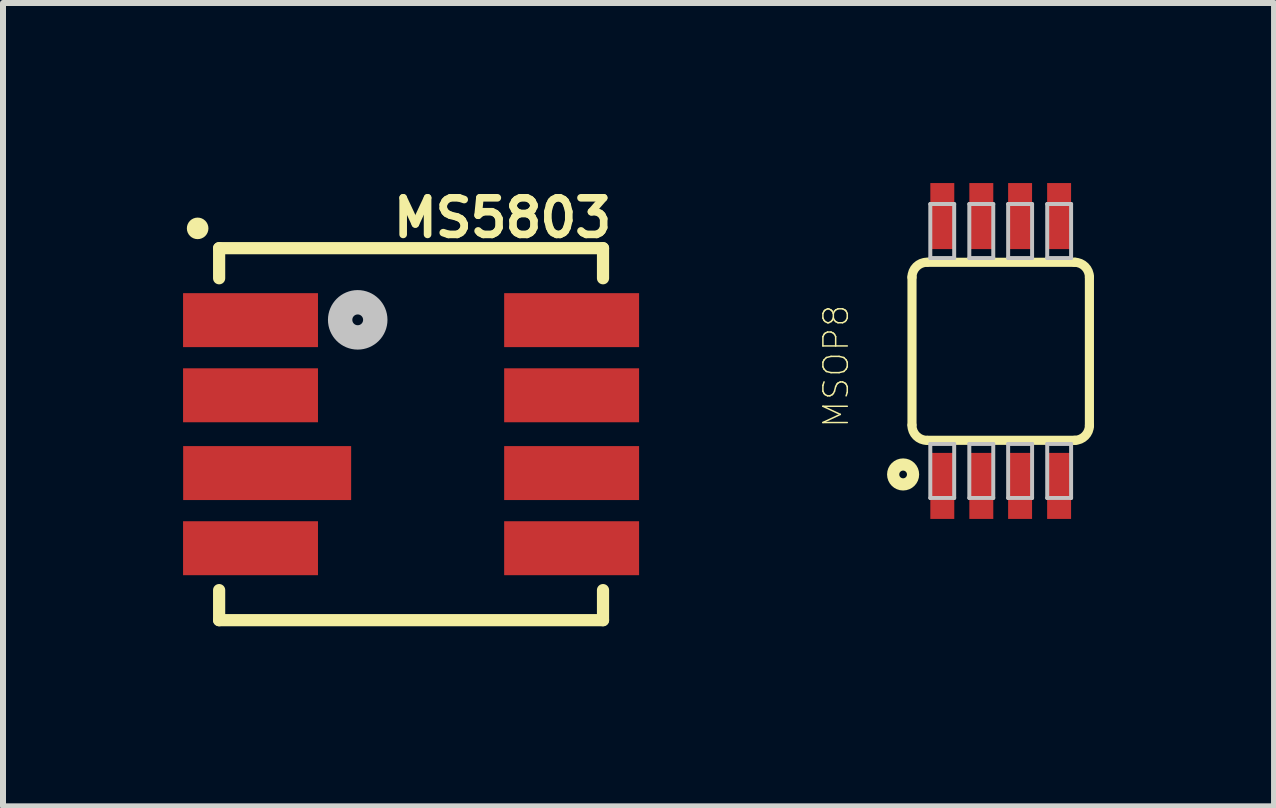
<source format=kicad_pcb>
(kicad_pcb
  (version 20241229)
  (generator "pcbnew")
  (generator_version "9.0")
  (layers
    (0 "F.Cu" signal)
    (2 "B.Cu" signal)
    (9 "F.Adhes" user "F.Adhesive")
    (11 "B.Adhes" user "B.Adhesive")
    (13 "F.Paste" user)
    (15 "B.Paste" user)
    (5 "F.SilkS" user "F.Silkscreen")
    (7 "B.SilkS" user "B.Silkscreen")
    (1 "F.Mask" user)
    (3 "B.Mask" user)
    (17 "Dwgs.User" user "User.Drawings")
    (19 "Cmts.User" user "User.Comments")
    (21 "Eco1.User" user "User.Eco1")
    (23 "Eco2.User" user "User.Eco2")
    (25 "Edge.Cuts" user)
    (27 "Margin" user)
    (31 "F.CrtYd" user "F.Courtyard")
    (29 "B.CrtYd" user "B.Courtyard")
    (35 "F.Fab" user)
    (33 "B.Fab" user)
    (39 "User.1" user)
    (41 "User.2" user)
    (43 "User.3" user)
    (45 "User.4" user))
  (footprint "MS5803"
    (layer "F.Cu")
    (at 3.799 4.184)
    (property "Reference" "MS5803" (at 1.524 -3.604 0) (layer "F.SilkS") (effects (font (size 0.61 0.61) (thickness 0.127))))
    (attr smd)
    (fp_line (start -3.198 -3.099) (end -3.198 -2.598) (stroke (width 0.203) (type solid)) (layer "F.SilkS"))
    (fp_line (start -3.198 -3.099) (end 3.198 -3.099) (stroke (width 0.203) (type solid)) (layer "F.SilkS"))
    (fp_line (start -3.198 3.099) (end -3.198 2.598) (stroke (width 0.203) (type solid)) (layer "F.SilkS"))
    (fp_line (start 3.198 -3.099) (end 3.198 -2.598) (stroke (width 0.203) (type solid)) (layer "F.SilkS"))
    (fp_line (start 3.198 3.099) (end -3.198 3.099) (stroke (width 0.203) (type solid)) (layer "F.SilkS"))
    (fp_line (start 3.198 3.099) (end 3.198 2.598) (stroke (width 0.203) (type solid)) (layer "F.SilkS"))
    (fp_circle (center -3.556 -3.429) (end -3.683 -3.556) (stroke (width 0) (type solid)) (fill yes) (layer "F.SilkS"))
    (fp_circle (center -0.889 -1.905) (end -0.953 -1.968) (stroke (width 0.406) (type solid)) (fill no) (layer "Dwgs.User"))
    (pad "1" smd rect (at -2.675 -1.9 90) (size 0.899 2.248) (layers "F.Cu" "F.Mask" "F.Paste"))
    (pad "2" smd rect (at -2.675 -0.648 90) (size 0.899 2.248) (layers "F.Cu" "F.Mask" "F.Paste"))
    (pad "3" smd rect (at -2.398 0.648 90) (size 0.899 2.799) (layers "F.Cu" "F.Mask" "F.Paste"))
    (pad "4" smd rect (at -2.675 1.9 90) (size 0.899 2.248) (layers "F.Cu" "F.Mask" "F.Paste"))
    (pad "5" smd rect (at 2.675 1.9 90) (size 0.899 2.248) (layers "F.Cu" "F.Mask" "F.Paste"))
    (pad "6" smd rect (at 2.675 0.648 90) (size 0.899 2.248) (layers "F.Cu" "F.Mask" "F.Paste"))
    (pad "7" smd rect (at 2.675 -0.648 90) (size 0.899 2.248) (layers "F.Cu" "F.Mask" "F.Paste"))
    (pad "8" smd rect (at 2.675 -1.9 90) (size 0.899 2.248) (layers "F.Cu" "F.Mask" "F.Paste")))
  (footprint "MSOP8"
    (layer "F.Cu")
    (at 13.623 2.798)
    (property "Reference" "MSOP8" (at -2.743 0.254 90) (layer "F.SilkS") (effects (font (size 0.406 0.406) (thickness 0.025))))
    (attr smd)
    (fp_line (start -1.478 -1.229) (end -1.478 1.229) (stroke (width 0.152) (type solid)) (layer "F.SilkS"))
    (fp_line (start -1.219 -1.478) (end 1.24 -1.478) (stroke (width 0.152) (type solid)) (layer "F.SilkS"))
    (fp_line (start 1.24 1.488) (end -1.219 1.488) (stroke (width 0.152) (type solid)) (layer "F.SilkS"))
    (fp_line (start 1.478 1.24) (end 1.478 -1.229) (stroke (width 0.152) (type solid)) (layer "F.SilkS"))
    (fp_arc (start -1.47828 -1.22936) (mid -1.405373 -1.405373) (end -1.22936 -1.47828) (stroke (width 0.1524) (type solid)) (layer "F.SilkS"))
    (fp_arc (start -1.22936 1.48844) (mid -1.405373 1.415533) (end -1.47828 1.23952) (stroke (width 0.1524) (type solid)) (layer "F.SilkS"))
    (fp_arc (start 1.22936 -1.47828) (mid 1.405373 -1.405373) (end 1.47828 -1.22936) (stroke (width 0.1524) (type solid)) (layer "F.SilkS"))
    (fp_arc (start 1.47828 1.23952) (mid 1.405373 1.415533) (end 1.22936 1.48844) (stroke (width 0.1524) (type solid)) (layer "F.SilkS"))
    (fp_circle (center -1.626 2.057) (end -1.671 2.103) (stroke (width 0.203) (type solid)) (fill no) (layer "F.SilkS"))
    (fp_line (start -1.173 -2.449) (end -0.775 -2.449) (stroke (width 0.066) (type solid)) (layer "Dwgs.User"))
    (fp_line (start -1.173 -1.549) (end -1.173 -2.449) (stroke (width 0.066) (type solid)) (layer "Dwgs.User"))
    (fp_line (start -1.173 -1.549) (end -0.775 -1.549) (stroke (width 0.066) (type solid)) (layer "Dwgs.User"))
    (fp_line (start -1.173 1.549) (end -0.775 1.549) (stroke (width 0.066) (type solid)) (layer "Dwgs.User"))
    (fp_line (start -1.173 2.449) (end -1.173 1.549) (stroke (width 0.066) (type solid)) (layer "Dwgs.User"))
    (fp_line (start -1.173 2.449) (end -0.775 2.449) (stroke (width 0.066) (type solid)) (layer "Dwgs.User"))
    (fp_line (start -0.775 -1.549) (end -0.775 -2.449) (stroke (width 0.066) (type solid)) (layer "Dwgs.User"))
    (fp_line (start -0.775 2.449) (end -0.775 1.549) (stroke (width 0.066) (type solid)) (layer "Dwgs.User"))
    (fp_line (start -0.523 -2.449) (end -0.124 -2.449) (stroke (width 0.066) (type solid)) (layer "Dwgs.User"))
    (fp_line (start -0.523 -1.549) (end -0.523 -2.449) (stroke (width 0.066) (type solid)) (layer "Dwgs.User"))
    (fp_line (start -0.523 -1.549) (end -0.124 -1.549) (stroke (width 0.066) (type solid)) (layer "Dwgs.User"))
    (fp_line (start -0.523 1.549) (end -0.124 1.549) (stroke (width 0.066) (type solid)) (layer "Dwgs.User"))
    (fp_line (start -0.523 2.449) (end -0.523 1.549) (stroke (width 0.066) (type solid)) (layer "Dwgs.User"))
    (fp_line (start -0.523 2.449) (end -0.124 2.449) (stroke (width 0.066) (type solid)) (layer "Dwgs.User"))
    (fp_line (start -0.124 -1.549) (end -0.124 -2.449) (stroke (width 0.066) (type solid)) (layer "Dwgs.User"))
    (fp_line (start -0.124 2.449) (end -0.124 1.549) (stroke (width 0.066) (type solid)) (layer "Dwgs.User"))
    (fp_line (start 0.124 -2.449) (end 0.523 -2.449) (stroke (width 0.066) (type solid)) (layer "Dwgs.User"))
    (fp_line (start 0.124 -1.549) (end 0.124 -2.449) (stroke (width 0.066) (type solid)) (layer "Dwgs.User"))
    (fp_line (start 0.124 -1.549) (end 0.523 -1.549) (stroke (width 0.066) (type solid)) (layer "Dwgs.User"))
    (fp_line (start 0.124 1.549) (end 0.523 1.549) (stroke (width 0.066) (type solid)) (layer "Dwgs.User"))
    (fp_line (start 0.124 2.449) (end 0.124 1.549) (stroke (width 0.066) (type solid)) (layer "Dwgs.User"))
    (fp_line (start 0.124 2.449) (end 0.523 2.449) (stroke (width 0.066) (type solid)) (layer "Dwgs.User"))
    (fp_line (start 0.523 -1.549) (end 0.523 -2.449) (stroke (width 0.066) (type solid)) (layer "Dwgs.User"))
    (fp_line (start 0.523 2.449) (end 0.523 1.549) (stroke (width 0.066) (type solid)) (layer "Dwgs.User"))
    (fp_line (start 0.775 -2.449) (end 1.173 -2.449) (stroke (width 0.066) (type solid)) (layer "Dwgs.User"))
    (fp_line (start 0.775 -1.549) (end 0.775 -2.449) (stroke (width 0.066) (type solid)) (layer "Dwgs.User"))
    (fp_line (start 0.775 -1.549) (end 1.173 -1.549) (stroke (width 0.066) (type solid)) (layer "Dwgs.User"))
    (fp_line (start 0.775 1.549) (end 1.173 1.549) (stroke (width 0.066) (type solid)) (layer "Dwgs.User"))
    (fp_line (start 0.775 2.449) (end 0.775 1.549) (stroke (width 0.066) (type solid)) (layer "Dwgs.User"))
    (fp_line (start 0.775 2.449) (end 1.173 2.449) (stroke (width 0.066) (type solid)) (layer "Dwgs.User"))
    (fp_line (start 1.173 -1.549) (end 1.173 -2.449) (stroke (width 0.066) (type solid)) (layer "Dwgs.User"))
    (fp_line (start 1.173 2.449) (end 1.173 1.549) (stroke (width 0.066) (type solid)) (layer "Dwgs.User"))
    (pad "1" smd rect (at -0.973 2.248) (size 0.399 1.1) (layers "F.Cu" "F.Mask" "F.Paste"))
    (pad "2" smd rect (at -0.323 2.248) (size 0.399 1.1) (layers "F.Cu" "F.Mask" "F.Paste"))
    (pad "3" smd rect (at 0.323 2.248) (size 0.399 1.1) (layers "F.Cu" "F.Mask" "F.Paste"))
    (pad "4" smd rect (at 0.973 2.248) (size 0.399 1.1) (layers "F.Cu" "F.Mask" "F.Paste"))
    (pad "5" smd rect (at 0.973 -2.248) (size 0.399 1.1) (layers "F.Cu" "F.Mask" "F.Paste"))
    (pad "6" smd rect (at 0.323 -2.248) (size 0.399 1.1) (layers "F.Cu" "F.Mask" "F.Paste"))
    (pad "7" smd rect (at -0.323 -2.248) (size 0.399 1.1) (layers "F.Cu" "F.Mask" "F.Paste"))
    (pad "8" smd rect (at -0.973 -2.248) (size 0.399 1.1) (layers "F.Cu" "F.Mask" "F.Paste")))
  (gr_rect
    (start -3 -3)
    (end 18.177 10.384)
    (stroke (width 0.1) (type default))
    (fill no)
    (layer "Edge.Cuts")))
</source>
